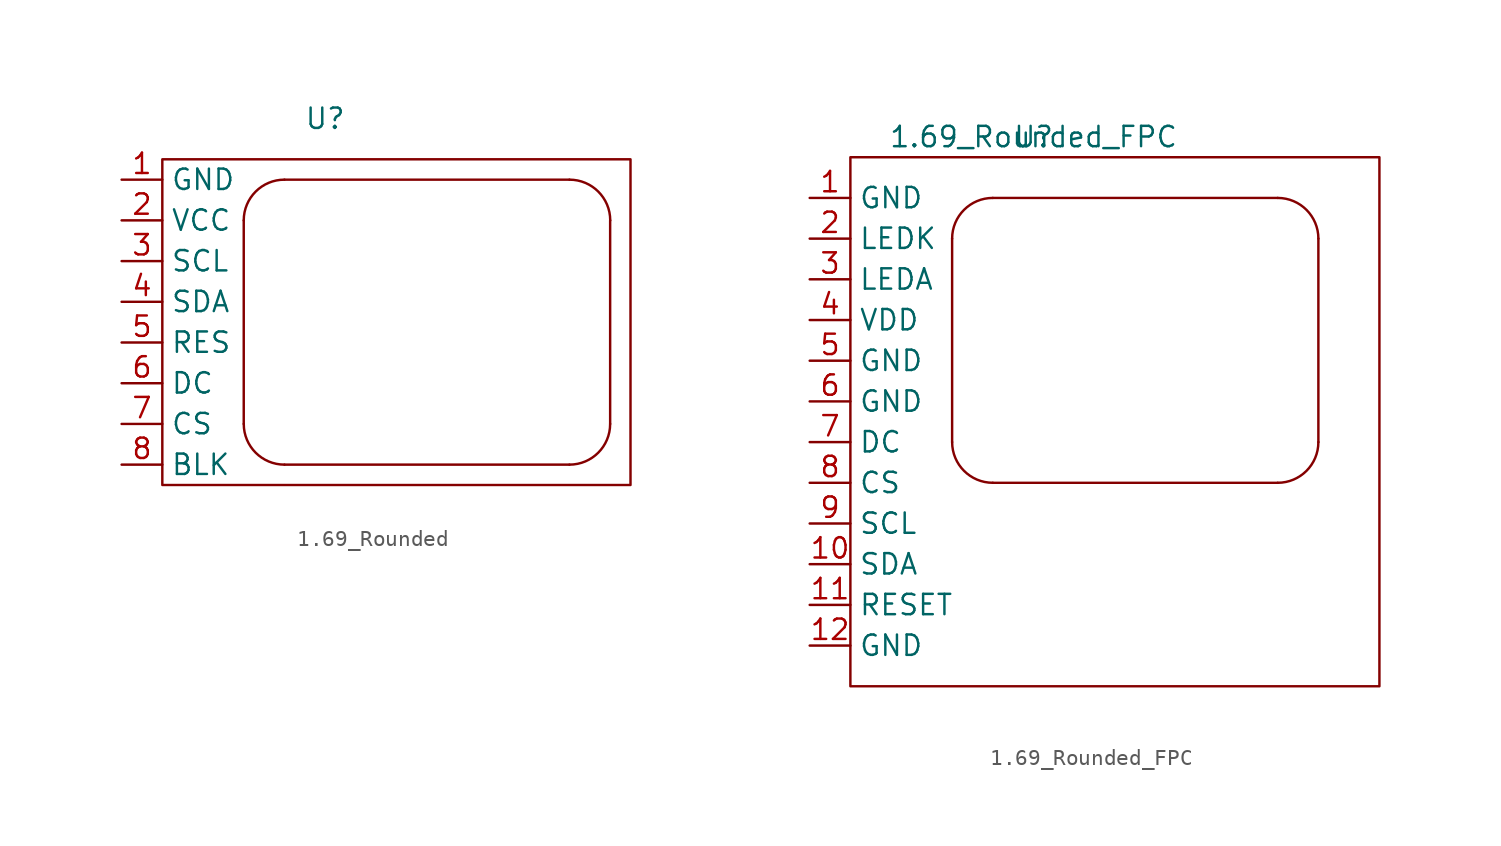
<source format=kicad_sym>
(kicad_symbol_lib
  (version 20220914)
  (generator kicad_symbol_editor)
  (symbol "1.69_Rounded"
    (property "Reference" "U"
      (at -7.62 13.97 0)
      (effects (font (size 1.27 1.27))))
    (property "Value" ""
      (at -7.62 13.97 0)
      (effects (font (size 1.27 1.27))))
    (symbol "1.69_Rounded_0_1"
      (rectangle (start -17.78 11.43) (end 11.43 -8.89) (stroke (width 0) (type default)) (fill (type none)))
      (arc (start -12.6998 -5.0798) (mid -11.9559 -6.8759) (end -10.1598 -7.6198) (stroke (width 0) (type default)) (fill (type none)))
      (arc (start -10.16 10.16) (mid -11.9561 9.4161) (end -12.7 7.62) (stroke (width 0) (type default)) (fill (type none)))
      (polyline (pts (xy -12.7 7.62) (xy -12.7 -5.08)) (stroke (width 0) (type default)) (fill (type none)))
      (polyline (pts (xy -10.16 10.16) (xy 7.62 10.16)) (stroke (width 0) (type default)) (fill (type none)))
      (polyline (pts (xy 7.62 -7.62) (xy -10.16 -7.62)) (stroke (width 0) (type default)) (fill (type none)))
      (polyline (pts (xy 10.16 7.62) (xy 10.16 -5.08)) (stroke (width 0) (type default)) (fill (type none)))
      (arc (start 7.6198 -7.6198) (mid 9.4159 -6.8759) (end 10.1598 -5.0798) (stroke (width 0) (type default)) (fill (type none)))
      (arc (start 10.1598 7.6198) (mid 9.4159 9.4159) (end 7.6198 10.1598) (stroke (width 0) (type default)) (fill (type none))))
    (symbol "1.69_Rounded_1_0"
      (pin power_in line (at -20.32 7.62 0) (length 2.54) (name "VCC" (effects (font (size 1.27 1.27)))) (number "2" (effects (font (size 1.27 1.27)))))
      (pin input line (at -20.32 5.08 0) (length 2.54) (name "SCL" (effects (font (size 1.27 1.27)))) (number "3" (effects (font (size 1.27 1.27)))))
      (pin bidirectional line (at -20.32 2.54 0) (length 2.54) (name "SDA" (effects (font (size 1.27 1.27)))) (number "4" (effects (font (size 1.27 1.27)))))
      (pin input line (at -20.32 0 0) (length 2.54) (name "RES" (effects (font (size 1.27 1.27)))) (number "5" (effects (font (size 1.27 1.27)))))
      (pin bidirectional line (at -20.32 -2.54 0) (length 2.54) (name "DC" (effects (font (size 1.27 1.27)))) (number "6" (effects (font (size 1.27 1.27)))))
      (pin bidirectional line (at -20.32 -5.08 0) (length 2.54) (name "CS" (effects (font (size 1.27 1.27)))) (number "7" (effects (font (size 1.27 1.27)))))
      (pin input line (at -20.32 -7.62 0) (length 2.54) (name "BLK" (effects (font (size 1.27 1.27)))) (number "8" (effects (font (size 1.27 1.27))))))
    (symbol "1.69_Rounded_1_1"
      (pin power_in line (at -20.32 10.16 0) (length 2.54) (name "GND" (effects (font (size 1.27 1.27)))) (number "1" (effects (font (size 1.27 1.27)))))))
  (symbol "1.69_Rounded_FPC"
    (property "Reference" "U"
      (at -7.62 13.97 0)
      (effects (font (size 1.27 1.27))))
    (property "Value" "1.69_Rounded_FPC"
      (at -7.62 13.97 0)
      (effects (font (size 1.27 1.27))))
    (symbol "1.69_Rounded_FPC_0_1"
      (rectangle (start -19.05 12.7) (end 13.97 -20.32) (stroke (width 0) (type default)) (fill (type none)))
      (arc (start -12.6998 -5.0798) (mid -11.9559 -6.8759) (end -10.1598 -7.6198) (stroke (width 0) (type default)) (fill (type none)))
      (arc (start -10.16 10.16) (mid -11.9561 9.4161) (end -12.7 7.62) (stroke (width 0) (type default)) (fill (type none)))
      (polyline (pts (xy -12.7 7.62) (xy -12.7 -5.08)) (stroke (width 0) (type default)) (fill (type none)))
      (polyline (pts (xy -10.16 10.16) (xy 7.62 10.16)) (stroke (width 0) (type default)) (fill (type none)))
      (polyline (pts (xy 7.62 -7.62) (xy -10.16 -7.62)) (stroke (width 0) (type default)) (fill (type none)))
      (polyline (pts (xy 10.16 7.62) (xy 10.16 -5.08)) (stroke (width 0) (type default)) (fill (type none)))
      (arc (start 7.6198 -7.6198) (mid 9.4159 -6.8759) (end 10.1598 -5.0798) (stroke (width 0) (type default)) (fill (type none)))
      (arc (start 10.1598 7.6198) (mid 9.4159 9.4159) (end 7.6198 10.1598) (stroke (width 0) (type default)) (fill (type none))))
    (symbol "1.69_Rounded_FPC_1_0"
      (pin bidirectional line (at -21.59 -12.7 0) (length 2.54) (name "SDA" (effects (font (size 1.27 1.27)))) (number "10" (effects (font (size 1.27 1.27)))))
      (pin input line (at -21.59 -15.24 0) (length 2.54) (name "RESET" (effects (font (size 1.27 1.27)))) (number "11" (effects (font (size 1.27 1.27)))))
      (pin power_in line (at -21.59 -17.78 0) (length 2.54) (name "GND" (effects (font (size 1.27 1.27)))) (number "12" (effects (font (size 1.27 1.27)))))
      (pin input line (at -21.59 7.62 0) (length 2.54) (name "LEDK" (effects (font (size 1.27 1.27)))) (number "2" (effects (font (size 1.27 1.27)))))
      (pin input line (at -21.59 5.08 0) (length 2.54) (name "LEDA" (effects (font (size 1.27 1.27)))) (number "3" (effects (font (size 1.27 1.27)))))
      (pin power_in line (at -21.59 2.54 0) (length 2.54) (name "VDD" (effects (font (size 1.27 1.27)))) (number "4" (effects (font (size 1.27 1.27)))))
      (pin power_in line (at -21.59 0 0) (length 2.54) (name "GND" (effects (font (size 1.27 1.27)))) (number "5" (effects (font (size 1.27 1.27)))))
      (pin bidirectional line (at -21.59 -2.54 0) (length 2.54) (name "GND" (effects (font (size 1.27 1.27)))) (number "6" (effects (font (size 1.27 1.27)))))
      (pin input line (at -21.59 -5.08 0) (length 2.54) (name "DC" (effects (font (size 1.27 1.27)))) (number "7" (effects (font (size 1.27 1.27)))))
      (pin input line (at -21.59 -7.62 0) (length 2.54) (name "CS" (effects (font (size 1.27 1.27)))) (number "8" (effects (font (size 1.27 1.27)))))
      (pin input line (at -21.59 -10.16 0) (length 2.54) (name "SCL" (effects (font (size 1.27 1.27)))) (number "9" (effects (font (size 1.27 1.27))))))
    (symbol "1.69_Rounded_FPC_1_1"
      (pin power_in line (at -21.59 10.16 0) (length 2.54) (name "GND" (effects (font (size 1.27 1.27)))) (number "1" (effects (font (size 1.27 1.27))))))))
</source>
